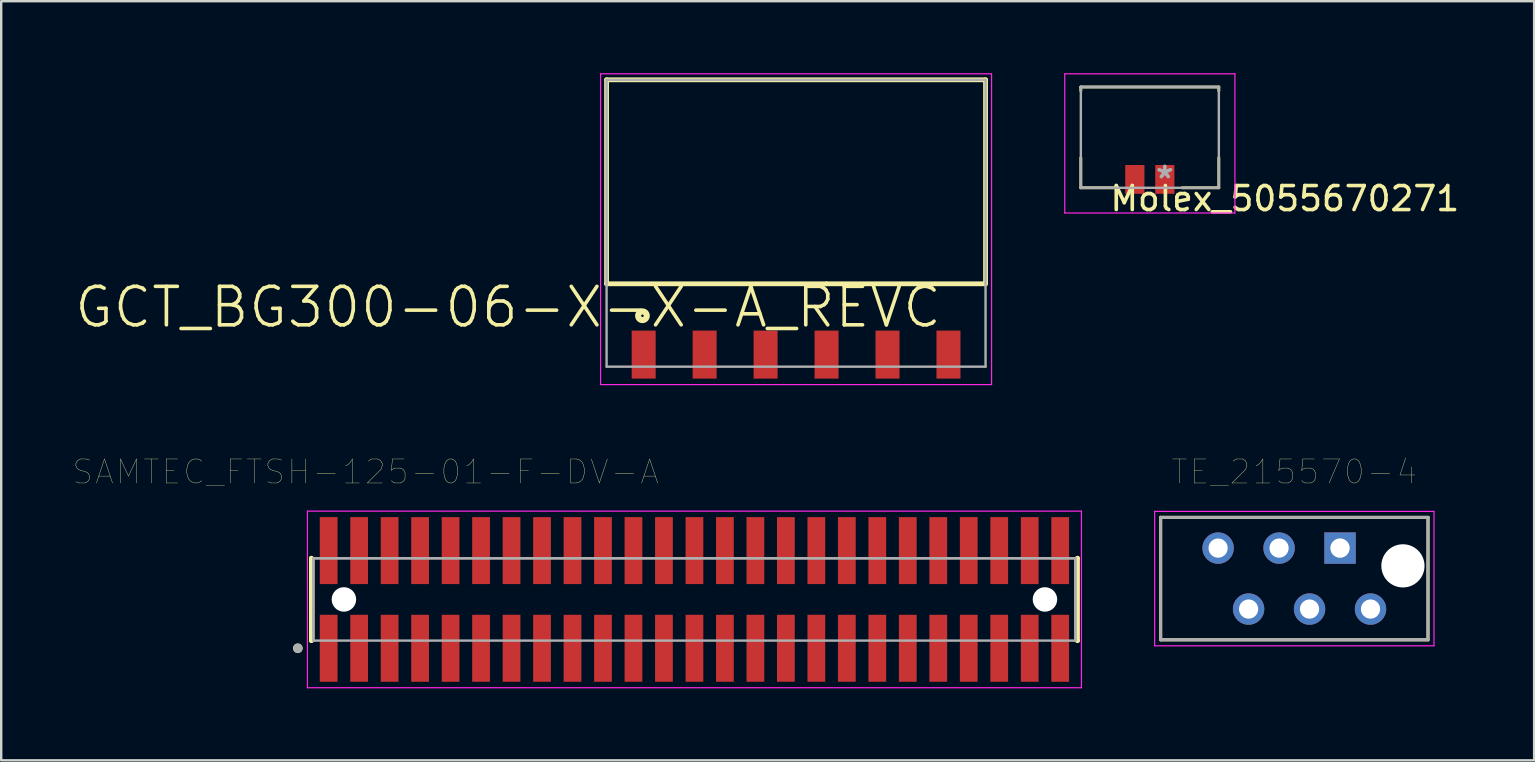
<source format=kicad_pcb>
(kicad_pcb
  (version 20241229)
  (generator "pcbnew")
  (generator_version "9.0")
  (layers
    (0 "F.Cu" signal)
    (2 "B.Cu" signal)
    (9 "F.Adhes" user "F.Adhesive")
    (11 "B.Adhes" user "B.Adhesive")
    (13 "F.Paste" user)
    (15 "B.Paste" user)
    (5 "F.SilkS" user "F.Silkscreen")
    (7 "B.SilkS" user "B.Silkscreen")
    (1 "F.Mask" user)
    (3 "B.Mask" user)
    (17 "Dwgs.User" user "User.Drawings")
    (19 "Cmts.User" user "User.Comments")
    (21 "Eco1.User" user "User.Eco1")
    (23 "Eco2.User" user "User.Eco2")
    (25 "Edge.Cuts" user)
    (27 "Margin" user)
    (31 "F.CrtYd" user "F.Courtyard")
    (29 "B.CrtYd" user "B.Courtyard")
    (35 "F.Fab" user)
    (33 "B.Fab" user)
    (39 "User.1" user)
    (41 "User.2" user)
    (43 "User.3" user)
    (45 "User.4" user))
  (footprint "GCT_BG300-06-X-X-A_REVC"
    (layer "F.Cu")
    (at 30.119 6.5)
    (property "Reference" "GCT_BG300-06-X-X-A_REVC" (at -12 3.25 180) (layer "F.SilkS") (effects (font (size 1.603 1.603) (thickness 0.15))))
    (attr through_hole)
    (fp_line (start -7.895 -6.225) (end 7.895 -6.225) (stroke (width 0.2) (type solid)) (layer "F.SilkS"))
    (fp_line (start -7.895 2.275) (end -7.895 -6.225) (stroke (width 0.2) (type solid)) (layer "F.SilkS"))
    (fp_line (start -7.895 2.275) (end 1.27 2.275) (stroke (width 0.2) (type solid)) (layer "F.SilkS"))
    (fp_line (start 1.27 2.275) (end 7.895 2.275) (stroke (width 0.2) (type solid)) (layer "F.SilkS"))
    (fp_line (start 7.895 2.275) (end 7.895 -6.225) (stroke (width 0.2) (type solid)) (layer "F.SilkS"))
    (fp_circle (center -6.401 3.607) (end -6.221 3.607) (stroke (width 0.254) (type solid)) (fill no) (layer "F.SilkS"))
    (fp_line (start -8.145 -6.475) (end 8.145 -6.475) (stroke (width 0.05) (type solid)) (layer "F.CrtYd"))
    (fp_line (start -8.145 6.475) (end -8.145 -6.475) (stroke (width 0.05) (type solid)) (layer "F.CrtYd"))
    (fp_line (start -8.145 6.475) (end 8.145 6.475) (stroke (width 0.05) (type solid)) (layer "F.CrtYd"))
    (fp_line (start 8.145 6.475) (end 8.145 -6.475) (stroke (width 0.05) (type solid)) (layer "F.CrtYd"))
    (fp_line (start -7.895 -6.223) (end 7.895 -6.223) (stroke (width 0.1) (type solid)) (layer "F.Fab"))
    (fp_line (start -7.895 5.727) (end -7.895 -6.223) (stroke (width 0.1) (type solid)) (layer "F.Fab"))
    (fp_line (start -7.895 5.727) (end 7.895 5.727) (stroke (width 0.1) (type solid)) (layer "F.Fab"))
    (fp_line (start 7.895 5.727) (end 7.895 -6.223) (stroke (width 0.1) (type solid)) (layer "F.Fab"))
    (pad "1" smd rect (at -6.35 5.225) (size 1 2) (layers "F.Cu" "F.Mask" "F.Paste"))
    (pad "2" smd rect (at -3.81 5.225) (size 1 2) (layers "F.Cu" "F.Mask" "F.Paste"))
    (pad "3" smd rect (at -1.27 5.225) (size 1 2) (layers "F.Cu" "F.Mask" "F.Paste"))
    (pad "4" smd rect (at 1.27 5.225) (size 1 2) (layers "F.Cu" "F.Mask" "F.Paste"))
    (pad "5" smd rect (at 3.81 5.225) (size 1 2) (layers "F.Cu" "F.Mask" "F.Paste"))
    (pad "6" smd rect (at 6.35 5.225) (size 1 2) (layers "F.Cu" "F.Mask" "F.Paste")))
  (footprint "TE_215570-4"
    (layer "F.Cu")
    (at 52.784 19.787)
    (property "Reference" "TE_215570-4" (at -1.906 -3.176 0) (layer "F.SilkS") (effects (font (size 1 1) (thickness 0.015))))
    (attr through_hole)
    (fp_line (start -7.475 -1.28) (end 3.665 -1.28) (stroke (width 0.127) (type solid)) (layer "F.SilkS"))
    (fp_line (start -7.475 3.82) (end -7.475 -1.28) (stroke (width 0.127) (type solid)) (layer "F.SilkS"))
    (fp_line (start 3.665 -1.28) (end 3.665 3.82) (stroke (width 0.127) (type solid)) (layer "F.SilkS"))
    (fp_line (start 3.665 3.82) (end -7.475 3.82) (stroke (width 0.127) (type solid)) (layer "F.SilkS"))
    (fp_line (start -7.725 -1.53) (end 3.915 -1.53) (stroke (width 0.05) (type solid)) (layer "F.CrtYd"))
    (fp_line (start -7.725 4.07) (end -7.725 -1.53) (stroke (width 0.05) (type solid)) (layer "F.CrtYd"))
    (fp_line (start 3.915 -1.53) (end 3.915 4.07) (stroke (width 0.05) (type solid)) (layer "F.CrtYd"))
    (fp_line (start 3.915 4.07) (end -7.725 4.07) (stroke (width 0.05) (type solid)) (layer "F.CrtYd"))
    (fp_line (start -7.475 -1.28) (end 3.665 -1.28) (stroke (width 0.127) (type solid)) (layer "F.Fab"))
    (fp_line (start -7.475 3.82) (end -7.475 -1.28) (stroke (width 0.127) (type solid)) (layer "F.Fab"))
    (fp_line (start 3.665 -1.28) (end 3.665 3.82) (stroke (width 0.127) (type solid)) (layer "F.Fab"))
    (fp_line (start 3.665 3.82) (end -7.475 3.82) (stroke (width 0.127) (type solid)) (layer "F.Fab"))
    (fp_circle (center 0 0) (end 0.2 0) (stroke (width 0.4) (type solid)) (fill no) (layer "F.Fab"))
    (pad "" np_thru_hole circle (at 2.62 0.74) (size 1.8 1.8) (drill 1.8) (layers "*.Cu" "*.Mask"))
    (pad "1" thru_hole rect (at 0 0) (size 1.308 1.308) (drill 0.8) (layers "*.Cu" "*.Mask"))
    (pad "2" thru_hole circle (at -2.54 0) (size 1.308 1.308) (drill 0.8) (layers "*.Cu" "*.Mask"))
    (pad "3" thru_hole circle (at -5.08 0) (size 1.308 1.308) (drill 0.8) (layers "*.Cu" "*.Mask"))
    (pad "4" thru_hole circle (at 1.27 2.54) (size 1.308 1.308) (drill 0.8) (layers "*.Cu" "*.Mask"))
    (pad "5" thru_hole circle (at -1.27 2.54) (size 1.308 1.308) (drill 0.8) (layers "*.Cu" "*.Mask"))
    (pad "6" thru_hole circle (at -3.81 2.54) (size 1.308 1.308) (drill 0.8) (layers "*.Cu" "*.Mask")))
  (footprint "Molex_5055670271"
    (layer "F.Cu")
    (at 45.484 4.425)
    (property "Reference" "Molex_5055670271" (at 5 0.8 0) (layer "F.SilkS") (effects (font (size 1 1) (thickness 0.15))))
    (attr through_hole)
    (fp_line (start -3.5 -3.85) (end -3.5 -3.69) (stroke (width 0.12) (type solid)) (layer "F.SilkS"))
    (fp_line (start -3.5 -0.9) (end -3.5 0.35) (stroke (width 0.12) (type solid)) (layer "F.SilkS"))
    (fp_line (start -3.5 0.35) (end -1.97 0.35) (stroke (width 0.12) (type solid)) (layer "F.SilkS"))
    (fp_line (start 0.72 0.35) (end 2.25 0.35) (stroke (width 0.12) (type solid)) (layer "F.SilkS"))
    (fp_line (start 2.25 -3.85) (end -3.5 -3.85) (stroke (width 0.12) (type solid)) (layer "F.SilkS"))
    (fp_line (start 2.25 -3.69) (end 2.25 -3.85) (stroke (width 0.12) (type solid)) (layer "F.SilkS"))
    (fp_line (start 2.25 0.35) (end 2.25 -0.9) (stroke (width 0.12) (type solid)) (layer "F.SilkS"))
    (fp_line (start -4.17 -4.4) (end -4.17 1.4) (stroke (width 0.05) (type solid)) (layer "F.CrtYd"))
    (fp_line (start -4.17 1.4) (end 2.92 1.4) (stroke (width 0.05) (type solid)) (layer "F.CrtYd"))
    (fp_line (start 2.92 -4.4) (end -4.17 -4.4) (stroke (width 0.05) (type solid)) (layer "F.CrtYd"))
    (fp_line (start 2.92 1.4) (end 2.92 -4.4) (stroke (width 0.05) (type solid)) (layer "F.CrtYd"))
    (fp_line (start -3.5 -3.85) (end -3.5 0.35) (stroke (width 0.1) (type solid)) (layer "F.Fab"))
    (fp_line (start -3.5 0.35) (end 2.25 0.35) (stroke (width 0.1) (type solid)) (layer "F.Fab"))
    (fp_line (start 2.25 -3.85) (end -3.5 -3.85) (stroke (width 0.1) (type solid)) (layer "F.Fab"))
    (fp_line (start 2.25 0.35) (end 2.25 -3.85) (stroke (width 0.1) (type solid)) (layer "F.Fab"))
    (fp_text user "*" (at 0 0 0) (layer "F.Fab") (effects (font (size 1 1) (thickness 0.15))))
    (pad "" smd rect (at -3.15 -2.295) (size 1.3 2.15) (layers "F.Mask" "F.Paste"))
    (pad "" smd rect (at 1.9 -2.295) (size 1.3 2.15) (layers "F.Mask" "F.Paste"))
    (pad "1" smd rect (at 0 0) (size 0.8 1.2) (layers "F.Cu" "F.Mask" "F.Paste"))
    (pad "2" smd rect (at -1.25 0) (size 0.8 1.2) (layers "F.Cu" "F.Mask" "F.Paste")))
  (footprint "SAMTEC_FTSH-125-01-F-DV-A"
    (layer "F.Cu")
    (at 25.884 21.926)
    (property "Reference" "SAMTEC_FTSH-125-01-F-DV-A" (at -13.7 -5.315 0) (layer "F.SilkS") (effects (font (size 1 1) (thickness 0.015))))
    (attr through_hole)
    (fp_line (start -15.96 -1.715) (end -15.96 -1.715) (stroke (width 0.2) (type solid)) (layer "F.SilkS"))
    (fp_line (start -15.96 1.715) (end -15.96 -1.715) (stroke (width 0.2) (type solid)) (layer "F.SilkS"))
    (fp_line (start -15.96 1.715) (end -15.96 1.715) (stroke (width 0.2) (type solid)) (layer "F.SilkS"))
    (fp_line (start 15.96 -1.715) (end 15.96 -1.715) (stroke (width 0.2) (type solid)) (layer "F.SilkS"))
    (fp_line (start 15.96 -1.715) (end 15.96 1.715) (stroke (width 0.2) (type solid)) (layer "F.SilkS"))
    (fp_line (start 15.96 1.715) (end 15.96 1.715) (stroke (width 0.2) (type solid)) (layer "F.SilkS"))
    (fp_circle (center -16.525 2.035) (end -16.425 2.035) (stroke (width 0.2) (type solid)) (fill no) (layer "F.SilkS"))
    (fp_line (start -16.125 -3.68) (end 16.125 -3.68) (stroke (width 0.05) (type solid)) (layer "F.CrtYd"))
    (fp_line (start -16.125 3.68) (end -16.125 -3.68) (stroke (width 0.05) (type solid)) (layer "F.CrtYd"))
    (fp_line (start 16.125 -3.68) (end 16.125 3.68) (stroke (width 0.05) (type solid)) (layer "F.CrtYd"))
    (fp_line (start 16.125 3.68) (end -16.125 3.68) (stroke (width 0.05) (type solid)) (layer "F.CrtYd"))
    (fp_line (start -15.875 -1.715) (end 15.875 -1.715) (stroke (width 0.1) (type solid)) (layer "F.Fab"))
    (fp_line (start -15.875 -1.715) (end 15.875 -1.715) (stroke (width 0.1) (type solid)) (layer "F.Fab"))
    (fp_line (start -15.875 1.715) (end -15.875 -1.715) (stroke (width 0.1) (type solid)) (layer "F.Fab"))
    (fp_line (start -15.875 1.715) (end -15.875 -1.715) (stroke (width 0.1) (type solid)) (layer "F.Fab"))
    (fp_line (start 15.875 -1.715) (end 15.875 1.715) (stroke (width 0.1) (type solid)) (layer "F.Fab"))
    (fp_line (start 15.875 -1.715) (end 15.875 1.715) (stroke (width 0.1) (type solid)) (layer "F.Fab"))
    (fp_line (start 15.875 1.715) (end -15.875 1.715) (stroke (width 0.1) (type solid)) (layer "F.Fab"))
    (fp_circle (center -16.525 2.035) (end -16.425 2.035) (stroke (width 0.2) (type solid)) (fill no) (layer "F.Fab"))
    (pad "" np_thru_hole circle (at -14.605 0) (size 1.02 1.02) (drill 1.02) (layers "*.Cu" "*.Mask"))
    (pad "" np_thru_hole circle (at 14.605 0) (size 1.02 1.02) (drill 1.02) (layers "*.Cu" "*.Mask"))
    (pad "1" smd rect (at -15.24 2.035) (size 0.74 2.79) (layers "F.Cu" "F.Mask" "F.Paste"))
    (pad "2" smd rect (at -15.24 -2.035) (size 0.74 2.79) (layers "F.Cu" "F.Mask" "F.Paste"))
    (pad "3" smd rect (at -13.97 2.035) (size 0.74 2.79) (layers "F.Cu" "F.Mask" "F.Paste"))
    (pad "4" smd rect (at -13.97 -2.035) (size 0.74 2.79) (layers "F.Cu" "F.Mask" "F.Paste"))
    (pad "5" smd rect (at -12.7 2.035) (size 0.74 2.79) (layers "F.Cu" "F.Mask" "F.Paste"))
    (pad "6" smd rect (at -12.7 -2.035) (size 0.74 2.79) (layers "F.Cu" "F.Mask" "F.Paste"))
    (pad "7" smd rect (at -11.43 2.035) (size 0.74 2.79) (layers "F.Cu" "F.Mask" "F.Paste"))
    (pad "8" smd rect (at -11.43 -2.035) (size 0.74 2.79) (layers "F.Cu" "F.Mask" "F.Paste"))
    (pad "9" smd rect (at -10.16 2.035) (size 0.74 2.79) (layers "F.Cu" "F.Mask" "F.Paste"))
    (pad "10" smd rect (at -10.16 -2.035) (size 0.74 2.79) (layers "F.Cu" "F.Mask" "F.Paste"))
    (pad "11" smd rect (at -8.89 2.035) (size 0.74 2.79) (layers "F.Cu" "F.Mask" "F.Paste"))
    (pad "12" smd rect (at -8.89 -2.035) (size 0.74 2.79) (layers "F.Cu" "F.Mask" "F.Paste"))
    (pad "13" smd rect (at -7.62 2.035) (size 0.74 2.79) (layers "F.Cu" "F.Mask" "F.Paste"))
    (pad "14" smd rect (at -7.62 -2.035) (size 0.74 2.79) (layers "F.Cu" "F.Mask" "F.Paste"))
    (pad "15" smd rect (at -6.35 2.035) (size 0.74 2.79) (layers "F.Cu" "F.Mask" "F.Paste"))
    (pad "16" smd rect (at -6.35 -2.035) (size 0.74 2.79) (layers "F.Cu" "F.Mask" "F.Paste"))
    (pad "17" smd rect (at -5.08 2.035) (size 0.74 2.79) (layers "F.Cu" "F.Mask" "F.Paste"))
    (pad "18" smd rect (at -5.08 -2.035) (size 0.74 2.79) (layers "F.Cu" "F.Mask" "F.Paste"))
    (pad "19" smd rect (at -3.81 2.035) (size 0.74 2.79) (layers "F.Cu" "F.Mask" "F.Paste"))
    (pad "20" smd rect (at -3.81 -2.035) (size 0.74 2.79) (layers "F.Cu" "F.Mask" "F.Paste"))
    (pad "21" smd rect (at -2.54 2.035) (size 0.74 2.79) (layers "F.Cu" "F.Mask" "F.Paste"))
    (pad "22" smd rect (at -2.54 -2.035) (size 0.74 2.79) (layers "F.Cu" "F.Mask" "F.Paste"))
    (pad "23" smd rect (at -1.27 2.035) (size 0.74 2.79) (layers "F.Cu" "F.Mask" "F.Paste"))
    (pad "24" smd rect (at -1.27 -2.035) (size 0.74 2.79) (layers "F.Cu" "F.Mask" "F.Paste"))
    (pad "25" smd rect (at 0 2.035) (size 0.74 2.79) (layers "F.Cu" "F.Mask" "F.Paste"))
    (pad "26" smd rect (at 0 -2.035) (size 0.74 2.79) (layers "F.Cu" "F.Mask" "F.Paste"))
    (pad "27" smd rect (at 1.27 2.035) (size 0.74 2.79) (layers "F.Cu" "F.Mask" "F.Paste"))
    (pad "28" smd rect (at 1.27 -2.035) (size 0.74 2.79) (layers "F.Cu" "F.Mask" "F.Paste"))
    (pad "29" smd rect (at 2.54 2.035) (size 0.74 2.79) (layers "F.Cu" "F.Mask" "F.Paste"))
    (pad "30" smd rect (at 2.54 -2.035) (size 0.74 2.79) (layers "F.Cu" "F.Mask" "F.Paste"))
    (pad "31" smd rect (at 3.81 2.035) (size 0.74 2.79) (layers "F.Cu" "F.Mask" "F.Paste"))
    (pad "32" smd rect (at 3.81 -2.035) (size 0.74 2.79) (layers "F.Cu" "F.Mask" "F.Paste"))
    (pad "33" smd rect (at 5.08 2.035) (size 0.74 2.79) (layers "F.Cu" "F.Mask" "F.Paste"))
    (pad "34" smd rect (at 5.08 -2.035) (size 0.74 2.79) (layers "F.Cu" "F.Mask" "F.Paste"))
    (pad "35" smd rect (at 6.35 2.035) (size 0.74 2.79) (layers "F.Cu" "F.Mask" "F.Paste"))
    (pad "36" smd rect (at 6.35 -2.035) (size 0.74 2.79) (layers "F.Cu" "F.Mask" "F.Paste"))
    (pad "37" smd rect (at 7.62 2.035) (size 0.74 2.79) (layers "F.Cu" "F.Mask" "F.Paste"))
    (pad "38" smd rect (at 7.62 -2.035) (size 0.74 2.79) (layers "F.Cu" "F.Mask" "F.Paste"))
    (pad "39" smd rect (at 8.89 2.035) (size 0.74 2.79) (layers "F.Cu" "F.Mask" "F.Paste"))
    (pad "40" smd rect (at 8.89 -2.035) (size 0.74 2.79) (layers "F.Cu" "F.Mask" "F.Paste"))
    (pad "41" smd rect (at 10.16 2.035) (size 0.74 2.79) (layers "F.Cu" "F.Mask" "F.Paste"))
    (pad "42" smd rect (at 10.16 -2.035) (size 0.74 2.79) (layers "F.Cu" "F.Mask" "F.Paste"))
    (pad "43" smd rect (at 11.43 2.035) (size 0.74 2.79) (layers "F.Cu" "F.Mask" "F.Paste"))
    (pad "44" smd rect (at 11.43 -2.035) (size 0.74 2.79) (layers "F.Cu" "F.Mask" "F.Paste"))
    (pad "45" smd rect (at 12.7 2.035) (size 0.74 2.79) (layers "F.Cu" "F.Mask" "F.Paste"))
    (pad "46" smd rect (at 12.7 -2.035) (size 0.74 2.79) (layers "F.Cu" "F.Mask" "F.Paste"))
    (pad "47" smd rect (at 13.97 2.035) (size 0.74 2.79) (layers "F.Cu" "F.Mask" "F.Paste"))
    (pad "48" smd rect (at 13.97 -2.035) (size 0.74 2.79) (layers "F.Cu" "F.Mask" "F.Paste"))
    (pad "49" smd rect (at 15.24 2.035) (size 0.74 2.79) (layers "F.Cu" "F.Mask" "F.Paste"))
    (pad "50" smd rect (at 15.24 -2.035) (size 0.74 2.79) (layers "F.Cu" "F.Mask" "F.Paste")))
  (gr_rect
    (start -3 -3)
    (end 60.871 28.631)
    (stroke (width 0.1) (type default))
    (fill no)
    (layer "Edge.Cuts")))
</source>
